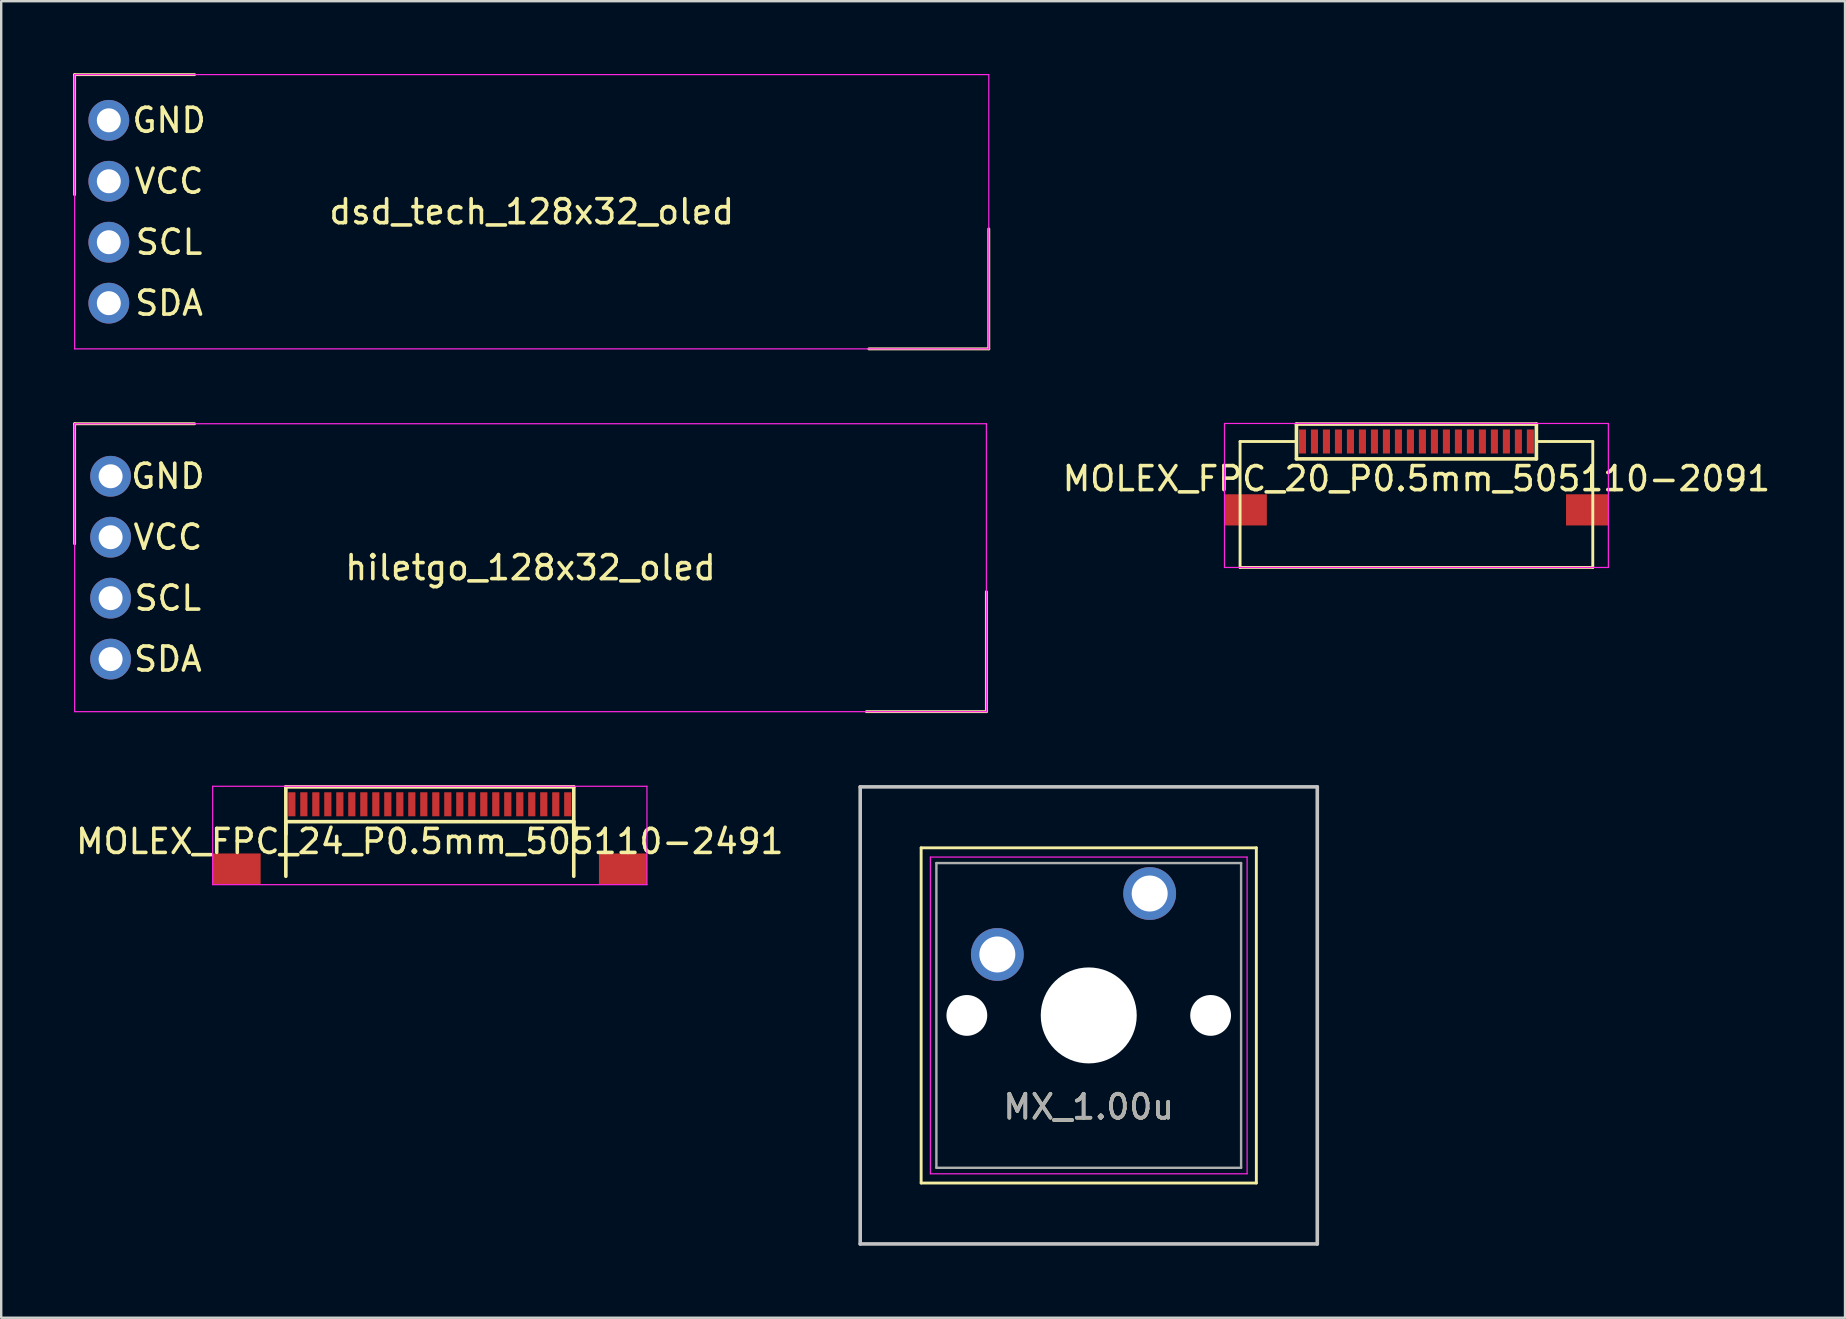
<source format=kicad_pcb>
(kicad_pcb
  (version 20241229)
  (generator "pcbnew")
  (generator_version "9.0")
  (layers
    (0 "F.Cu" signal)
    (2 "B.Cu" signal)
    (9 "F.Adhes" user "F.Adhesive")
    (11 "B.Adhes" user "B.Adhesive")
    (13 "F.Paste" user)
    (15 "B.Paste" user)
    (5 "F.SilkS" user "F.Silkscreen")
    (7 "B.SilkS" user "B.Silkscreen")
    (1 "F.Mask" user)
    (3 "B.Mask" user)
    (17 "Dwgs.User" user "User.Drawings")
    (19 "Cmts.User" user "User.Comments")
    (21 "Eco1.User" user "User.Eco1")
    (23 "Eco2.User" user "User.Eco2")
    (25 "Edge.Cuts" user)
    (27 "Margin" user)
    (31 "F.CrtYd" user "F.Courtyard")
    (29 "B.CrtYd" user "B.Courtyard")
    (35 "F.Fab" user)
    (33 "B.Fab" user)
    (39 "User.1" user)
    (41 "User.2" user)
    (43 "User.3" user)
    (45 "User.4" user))
  (footprint "dsd_tech_128x32_oled"
    (layer "F.Cu")
    (at 19.11 5.775)
    (property "Reference" "dsd_tech_128x32_oled" (at 0 0 0) (layer "F.SilkS") (effects (font (size 1 1) (thickness 0.15))))
    (attr through_hole)
    (fp_line (start -19.05 -5.715) (end -19.05 -0.715) (stroke (width 0.12) (type solid)) (layer "F.SilkS"))
    (fp_line (start -19.05 -5.715) (end -14.05 -5.715) (stroke (width 0.12) (type solid)) (layer "F.SilkS"))
    (fp_line (start 19.05 5.715) (end 14.05 5.715) (stroke (width 0.12) (type solid)) (layer "F.SilkS"))
    (fp_line (start 19.05 5.715) (end 19.05 0.715) (stroke (width 0.12) (type solid)) (layer "F.SilkS"))
    (fp_line (start -19.05 -5.715) (end -19.05 5.715) (stroke (width 0.05) (type solid)) (layer "F.CrtYd"))
    (fp_line (start -19.05 -5.715) (end 19.05 -5.715) (stroke (width 0.05) (type solid)) (layer "F.CrtYd"))
    (fp_line (start -19.05 5.715) (end 19.05 5.715) (stroke (width 0.05) (type solid)) (layer "F.CrtYd"))
    (fp_line (start 19.05 -5.715) (end 19.05 5.715) (stroke (width 0.05) (type solid)) (layer "F.CrtYd"))
    (fp_text user "SCL" (at -15.113 1.27 0) (layer "F.SilkS") (effects (font (size 1 1) (thickness 0.15))))
    (fp_text user "SDA" (at -15.113 3.81 0) (layer "F.SilkS") (effects (font (size 1 1) (thickness 0.15))))
    (fp_text user "GND" (at -15.113 -3.81 0) (layer "F.SilkS") (effects (font (size 1 1) (thickness 0.15))))
    (fp_text user "VCC" (at -15.113 -1.27 0) (layer "F.SilkS") (effects (font (size 1 1) (thickness 0.15))))
    (pad "1" thru_hole circle (at -17.625 -3.81) (size 1.7 1.7) (drill 1) (layers "*.Cu" "*.Mask"))
    (pad "2" thru_hole circle (at -17.625 -1.27) (size 1.7 1.7) (drill 1) (layers "*.Cu" "*.Mask"))
    (pad "3" thru_hole circle (at -17.625 1.27) (size 1.7 1.7) (drill 1) (layers "*.Cu" "*.Mask"))
    (pad "4" thru_hole circle (at -17.625 3.81) (size 1.7 1.7) (drill 1) (layers "*.Cu" "*.Mask")))
  (footprint "MOLEX_FPC_20_P0.5mm_505110-2091"
    (layer "F.Cu")
    (at 55.983 15.35)
    (property "Reference" "MOLEX_FPC_20_P0.5mm_505110-2091" (at 0 1.55 180) (layer "F.SilkS") (effects (font (size 1 1) (thickness 0.15))))
    (attr smd)
    (fp_line (start -7.35 0) (end -7.35 5.25) (stroke (width 0.12) (type solid)) (layer "F.SilkS"))
    (fp_line (start -7.35 0) (end -5 0) (stroke (width 0.12) (type solid)) (layer "F.SilkS"))
    (fp_line (start -7.35 5.25) (end 7.35 5.25) (stroke (width 0.12) (type solid)) (layer "F.SilkS"))
    (fp_line (start -5 -0.725) (end 5 -0.725) (stroke (width 0.15) (type solid)) (layer "F.SilkS"))
    (fp_line (start -5 0.725) (end -5 -0.725) (stroke (width 0.15) (type solid)) (layer "F.SilkS"))
    (fp_line (start -5 0.725) (end 5 0.725) (stroke (width 0.15) (type solid)) (layer "F.SilkS"))
    (fp_line (start 5 0) (end 7.35 0) (stroke (width 0.12) (type solid)) (layer "F.SilkS"))
    (fp_line (start 5 0.725) (end 5 -0.725) (stroke (width 0.15) (type solid)) (layer "F.SilkS"))
    (fp_line (start 7.35 0) (end 7.35 5.25) (stroke (width 0.12) (type solid)) (layer "F.SilkS"))
    (fp_line (start -8 -0.75) (end 8 -0.75) (stroke (width 0.05) (type solid)) (layer "F.CrtYd"))
    (fp_line (start -8 5.25) (end -8 -0.75) (stroke (width 0.05) (type solid)) (layer "F.CrtYd"))
    (fp_line (start 8 -0.75) (end 8 5.25) (stroke (width 0.05) (type solid)) (layer "F.CrtYd"))
    (fp_line (start 8 5.25) (end -8 5.25) (stroke (width 0.05) (type solid)) (layer "F.CrtYd"))
    (pad "0" smd rect (at -7.117 2.85) (size 1.765 1.3) (layers "F.Cu" "F.Mask" "F.Paste"))
    (pad "0" smd rect (at 7.117 2.85) (size 1.765 1.3) (layers "F.Cu" "F.Mask" "F.Paste"))
    (pad "1" smd rect (at -4.75 0) (size 0.295 1) (layers "F.Cu" "F.Mask" "F.Paste"))
    (pad "2" smd rect (at -4.25 0) (size 0.295 1) (layers "F.Cu" "F.Mask" "F.Paste"))
    (pad "3" smd rect (at -3.75 0) (size 0.295 1) (layers "F.Cu" "F.Mask" "F.Paste"))
    (pad "4" smd rect (at -3.25 0) (size 0.295 1) (layers "F.Cu" "F.Mask" "F.Paste"))
    (pad "5" smd rect (at -2.75 0) (size 0.295 1) (layers "F.Cu" "F.Mask" "F.Paste"))
    (pad "6" smd rect (at -2.25 0) (size 0.295 1) (layers "F.Cu" "F.Mask" "F.Paste"))
    (pad "7" smd rect (at -1.75 0) (size 0.295 1) (layers "F.Cu" "F.Mask" "F.Paste"))
    (pad "8" smd rect (at -1.25 0) (size 0.295 1) (layers "F.Cu" "F.Mask" "F.Paste"))
    (pad "9" smd rect (at -0.75 0) (size 0.295 1) (layers "F.Cu" "F.Mask" "F.Paste"))
    (pad "10" smd rect (at -0.25 0) (size 0.295 1) (layers "F.Cu" "F.Mask" "F.Paste"))
    (pad "11" smd rect (at 0.25 0) (size 0.295 1) (layers "F.Cu" "F.Mask" "F.Paste"))
    (pad "12" smd rect (at 0.75 0) (size 0.295 1) (layers "F.Cu" "F.Mask" "F.Paste"))
    (pad "13" smd rect (at 1.25 0) (size 0.295 1) (layers "F.Cu" "F.Mask" "F.Paste"))
    (pad "14" smd rect (at 1.75 0) (size 0.295 1) (layers "F.Cu" "F.Mask" "F.Paste"))
    (pad "15" smd rect (at 2.25 0) (size 0.295 1) (layers "F.Cu" "F.Mask" "F.Paste"))
    (pad "16" smd rect (at 2.75 0) (size 0.295 1) (layers "F.Cu" "F.Mask" "F.Paste"))
    (pad "17" smd rect (at 3.25 0) (size 0.295 1) (layers "F.Cu" "F.Mask" "F.Paste"))
    (pad "18" smd rect (at 3.75 0) (size 0.295 1) (layers "F.Cu" "F.Mask" "F.Paste"))
    (pad "19" smd rect (at 4.25 0) (size 0.295 1) (layers "F.Cu" "F.Mask" "F.Paste"))
    (pad "20" smd rect (at 4.75 0) (size 0.295 1) (layers "F.Cu" "F.Mask" "F.Paste")))
  (footprint "MX_1.00u"
    (layer "F.Cu")
    (at 42.326 39.27)
    (property "Reference" "MX_1.00u" (at 0 3.81 0) (layer "F.SilkS") (effects (font (size 1 1) (thickness 0.15))))
    (attr through_hole)
    (fp_line (start -6.985 -6.985) (end 6.985 -6.985) (stroke (width 0.12) (type solid)) (layer "F.SilkS"))
    (fp_line (start -6.985 6.985) (end -6.985 -6.985) (stroke (width 0.12) (type solid)) (layer "F.SilkS"))
    (fp_line (start 6.985 -6.985) (end 6.985 6.985) (stroke (width 0.12) (type solid)) (layer "F.SilkS"))
    (fp_line (start 6.985 6.985) (end -6.985 6.985) (stroke (width 0.12) (type solid)) (layer "F.SilkS"))
    (fp_line (start -9.525 -9.525) (end 9.525 -9.525) (stroke (width 0.15) (type solid)) (layer "Dwgs.User"))
    (fp_line (start -9.525 9.525) (end -9.525 -9.525) (stroke (width 0.15) (type solid)) (layer "Dwgs.User"))
    (fp_line (start 9.525 -9.525) (end 9.525 9.525) (stroke (width 0.15) (type solid)) (layer "Dwgs.User"))
    (fp_line (start 9.525 9.525) (end -9.525 9.525) (stroke (width 0.15) (type solid)) (layer "Dwgs.User"))
    (fp_line (start -6.6 -6.6) (end 6.6 -6.6) (stroke (width 0.05) (type solid)) (layer "F.CrtYd"))
    (fp_line (start -6.6 6.6) (end -6.6 -6.6) (stroke (width 0.05) (type solid)) (layer "F.CrtYd"))
    (fp_line (start 6.6 -6.6) (end 6.6 6.6) (stroke (width 0.05) (type solid)) (layer "F.CrtYd"))
    (fp_line (start 6.6 6.6) (end -6.6 6.6) (stroke (width 0.05) (type solid)) (layer "F.CrtYd"))
    (fp_line (start -6.35 -6.35) (end 6.35 -6.35) (stroke (width 0.1) (type solid)) (layer "F.Fab"))
    (fp_line (start -6.35 6.35) (end -6.35 -6.35) (stroke (width 0.1) (type solid)) (layer "F.Fab"))
    (fp_line (start 6.35 -6.35) (end 6.35 6.35) (stroke (width 0.1) (type solid)) (layer "F.Fab"))
    (fp_line (start 6.35 6.35) (end -6.35 6.35) (stroke (width 0.1) (type solid)) (layer "F.Fab"))
    (fp_text user "${REFERENCE}" (at 0 3.81 0) (layer "F.Fab") (effects (font (size 1 1) (thickness 0.15))))
    (pad "" np_thru_hole circle (at -5.08 0) (size 1.7 1.7) (drill 1.7) (layers "*.Cu" "*.Mask"))
    (pad "" np_thru_hole circle (at 0 0) (size 4 4) (drill 4) (layers "*.Cu" "*.Mask"))
    (pad "" np_thru_hole circle (at 5.08 0) (size 1.7 1.7) (drill 1.7) (layers "*.Cu" "*.Mask"))
    (pad "1" thru_hole circle (at 2.54 -5.08) (size 2.2 2.2) (drill 1.5) (layers "*.Cu" "*.Mask"))
    (pad "2" thru_hole circle (at -3.81 -2.54) (size 2.2 2.2) (drill 1.5) (layers "*.Cu" "*.Mask")))
  (footprint "hiletgo_128x32_oled"
    (layer "F.Cu")
    (at 19.06 20.61)
    (property "Reference" "hiletgo_128x32_oled" (at 0 0 0) (layer "F.SilkS") (effects (font (size 1 1) (thickness 0.15))))
    (attr through_hole)
    (fp_line (start -19 -6) (end -19 -1) (stroke (width 0.12) (type solid)) (layer "F.SilkS"))
    (fp_line (start -19 -6) (end -14 -6) (stroke (width 0.12) (type solid)) (layer "F.SilkS"))
    (fp_line (start 19 6) (end 14 6) (stroke (width 0.12) (type solid)) (layer "F.SilkS"))
    (fp_line (start 19 6) (end 19 1) (stroke (width 0.12) (type solid)) (layer "F.SilkS"))
    (fp_line (start -19 -6) (end -19 6) (stroke (width 0.05) (type solid)) (layer "F.CrtYd"))
    (fp_line (start -19 -6) (end 19 -6) (stroke (width 0.05) (type solid)) (layer "F.CrtYd"))
    (fp_line (start -19 6) (end 19 6) (stroke (width 0.05) (type solid)) (layer "F.CrtYd"))
    (fp_line (start 19 -6) (end 19 6) (stroke (width 0.05) (type solid)) (layer "F.CrtYd"))
    (fp_text user "SDA" (at -15.113 3.81 0) (layer "F.SilkS") (effects (font (size 1 1) (thickness 0.15))))
    (fp_text user "SCL" (at -15.113 1.27 0) (layer "F.SilkS") (effects (font (size 1 1) (thickness 0.15))))
    (fp_text user "VCC" (at -15.113 -1.27 0) (layer "F.SilkS") (effects (font (size 1 1) (thickness 0.15))))
    (fp_text user "GND" (at -15.113 -3.81 0) (layer "F.SilkS") (effects (font (size 1 1) (thickness 0.15))))
    (pad "1" thru_hole circle (at -17.5 -3.81) (size 1.7 1.7) (drill 1) (layers "*.Cu" "*.Mask"))
    (pad "2" thru_hole circle (at -17.5 -1.27) (size 1.7 1.7) (drill 1) (layers "*.Cu" "*.Mask"))
    (pad "3" thru_hole circle (at -17.5 1.27) (size 1.7 1.7) (drill 1) (layers "*.Cu" "*.Mask"))
    (pad "4" thru_hole circle (at -17.5 3.81) (size 1.7 1.7) (drill 1) (layers "*.Cu" "*.Mask")))
  (footprint "MOLEX_FPC_24_P0.5mm_505110-2491"
    (layer "F.Cu")
    (at 14.863 30.47)
    (property "Reference" "MOLEX_FPC_24_P0.5mm_505110-2491" (at 0 1.55 180) (layer "F.SilkS") (effects (font (size 1 1) (thickness 0.15))))
    (attr smd)
    (fp_line (start -6 -0.725) (end 6 -0.725) (stroke (width 0.15) (type solid)) (layer "F.SilkS"))
    (fp_line (start -6 0.725) (end -6 3) (stroke (width 0.15) (type solid)) (layer "F.SilkS"))
    (fp_line (start -6 0.725) (end 6 0.725) (stroke (width 0.15) (type solid)) (layer "F.SilkS"))
    (fp_line (start -6 1.25) (end -6 -0.725) (stroke (width 0.15) (type solid)) (layer "F.SilkS"))
    (fp_line (start 6 0.725) (end 6 3) (stroke (width 0.15) (type solid)) (layer "F.SilkS"))
    (fp_line (start 6 1.25) (end 6 -0.725) (stroke (width 0.15) (type solid)) (layer "F.SilkS"))
    (fp_line (start -9.05 -0.75) (end 9.05 -0.75) (stroke (width 0.05) (type solid)) (layer "F.CrtYd"))
    (fp_line (start -9.05 3.35) (end -9.05 -0.75) (stroke (width 0.05) (type solid)) (layer "F.CrtYd"))
    (fp_line (start 9.05 -0.75) (end 9.05 3.35) (stroke (width 0.05) (type solid)) (layer "F.CrtYd"))
    (fp_line (start 9.05 3.35) (end -9.05 3.35) (stroke (width 0.05) (type solid)) (layer "F.CrtYd"))
    (pad "0" smd rect (at -8.05 2.7) (size 2 1.3) (layers "F.Cu" "F.Mask" "F.Paste"))
    (pad "0" smd rect (at 8.05 2.7) (size 2 1.3) (layers "F.Cu" "F.Mask" "F.Paste"))
    (pad "1" smd rect (at -5.75 0) (size 0.3 1) (layers "F.Cu" "F.Mask" "F.Paste"))
    (pad "2" smd rect (at -5.25 0) (size 0.3 1) (layers "F.Cu" "F.Mask" "F.Paste"))
    (pad "3" smd rect (at -4.75 0) (size 0.3 1) (layers "F.Cu" "F.Mask" "F.Paste"))
    (pad "4" smd rect (at -4.25 0) (size 0.3 1) (layers "F.Cu" "F.Mask" "F.Paste"))
    (pad "5" smd rect (at -3.75 0) (size 0.3 1) (layers "F.Cu" "F.Mask" "F.Paste"))
    (pad "6" smd rect (at -3.25 0) (size 0.3 1) (layers "F.Cu" "F.Mask" "F.Paste"))
    (pad "7" smd rect (at -2.75 0) (size 0.3 1) (layers "F.Cu" "F.Mask" "F.Paste"))
    (pad "8" smd rect (at -2.25 0) (size 0.3 1) (layers "F.Cu" "F.Mask" "F.Paste"))
    (pad "9" smd rect (at -1.75 0) (size 0.3 1) (layers "F.Cu" "F.Mask" "F.Paste"))
    (pad "10" smd rect (at -1.25 0) (size 0.3 1) (layers "F.Cu" "F.Mask" "F.Paste"))
    (pad "11" smd rect (at -0.75 0) (size 0.3 1) (layers "F.Cu" "F.Mask" "F.Paste"))
    (pad "12" smd rect (at -0.25 0) (size 0.3 1) (layers "F.Cu" "F.Mask" "F.Paste"))
    (pad "13" smd rect (at 0.25 0) (size 0.3 1) (layers "F.Cu" "F.Mask" "F.Paste"))
    (pad "14" smd rect (at 0.75 0) (size 0.3 1) (layers "F.Cu" "F.Mask" "F.Paste"))
    (pad "15" smd rect (at 1.25 0) (size 0.3 1) (layers "F.Cu" "F.Mask" "F.Paste"))
    (pad "16" smd rect (at 1.75 0) (size 0.3 1) (layers "F.Cu" "F.Mask" "F.Paste"))
    (pad "17" smd rect (at 2.25 0) (size 0.3 1) (layers "F.Cu" "F.Mask" "F.Paste"))
    (pad "18" smd rect (at 2.75 0) (size 0.3 1) (layers "F.Cu" "F.Mask" "F.Paste"))
    (pad "19" smd rect (at 3.25 0) (size 0.3 1) (layers "F.Cu" "F.Mask" "F.Paste"))
    (pad "20" smd rect (at 3.75 0) (size 0.3 1) (layers "F.Cu" "F.Mask" "F.Paste"))
    (pad "21" smd rect (at 4.25 0) (size 0.3 1) (layers "F.Cu" "F.Mask" "F.Paste"))
    (pad "22" smd rect (at 4.75 0) (size 0.3 1) (layers "F.Cu" "F.Mask" "F.Paste"))
    (pad "23" smd rect (at 5.25 0) (size 0.3 1) (layers "F.Cu" "F.Mask" "F.Paste"))
    (pad "24" smd rect (at 5.75 0) (size 0.3 1) (layers "F.Cu" "F.Mask" "F.Paste")))
  (gr_rect
    (start -3 -3)
    (end 73.846 51.87)
    (stroke (width 0.1) (type default))
    (fill no)
    (layer "Edge.Cuts")))
</source>
